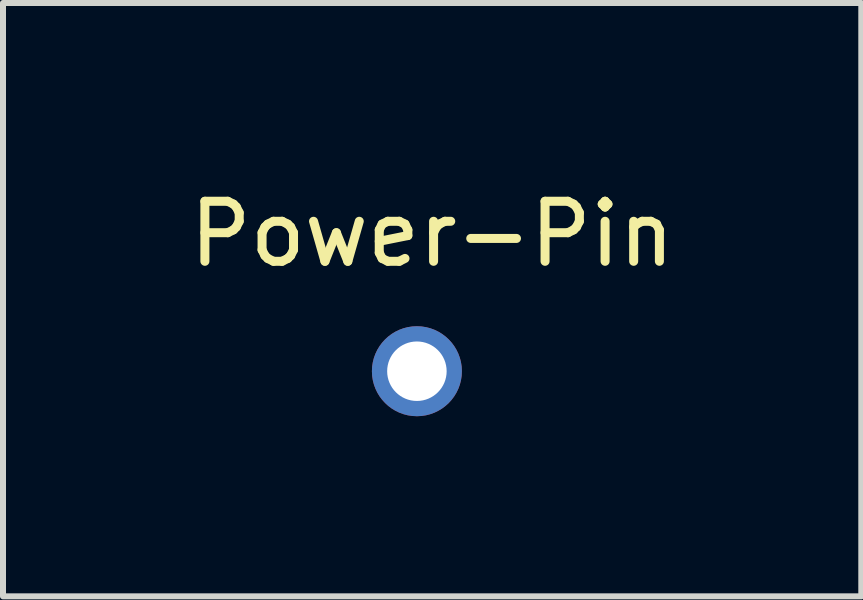
<source format=kicad_pcb>
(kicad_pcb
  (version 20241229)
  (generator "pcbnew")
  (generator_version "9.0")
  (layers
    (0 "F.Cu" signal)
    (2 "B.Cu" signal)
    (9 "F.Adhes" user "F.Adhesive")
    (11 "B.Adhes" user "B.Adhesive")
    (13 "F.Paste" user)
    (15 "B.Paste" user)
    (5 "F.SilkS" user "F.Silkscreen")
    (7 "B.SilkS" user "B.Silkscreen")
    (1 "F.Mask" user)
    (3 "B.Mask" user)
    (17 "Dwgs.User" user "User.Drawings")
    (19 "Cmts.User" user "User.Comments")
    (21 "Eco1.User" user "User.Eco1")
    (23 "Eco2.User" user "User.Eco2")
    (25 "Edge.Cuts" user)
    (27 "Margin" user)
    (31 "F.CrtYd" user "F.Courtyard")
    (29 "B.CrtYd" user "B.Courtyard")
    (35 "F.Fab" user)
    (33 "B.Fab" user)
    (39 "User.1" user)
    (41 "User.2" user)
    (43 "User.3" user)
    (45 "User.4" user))
  (footprint "Power-Pin"
    (layer "F.Cu")
    (at 3.895 3.134)
    (property "Reference" "Power-Pin" (at 0.254 -2.286 0) (layer "F.SilkS") (effects (font (size 1 1) (thickness 0.15))))
    (attr through_hole)
    (pad "1" thru_hole circle (at 0 0) (size 1.499 1.499) (drill 0.991) (layers "*.Cu" "*.Mask")))
  (gr_rect
    (start -3 -3)
    (end 11.298 6.884)
    (stroke (width 0.1) (type default))
    (fill no)
    (layer "Edge.Cuts")))
</source>
